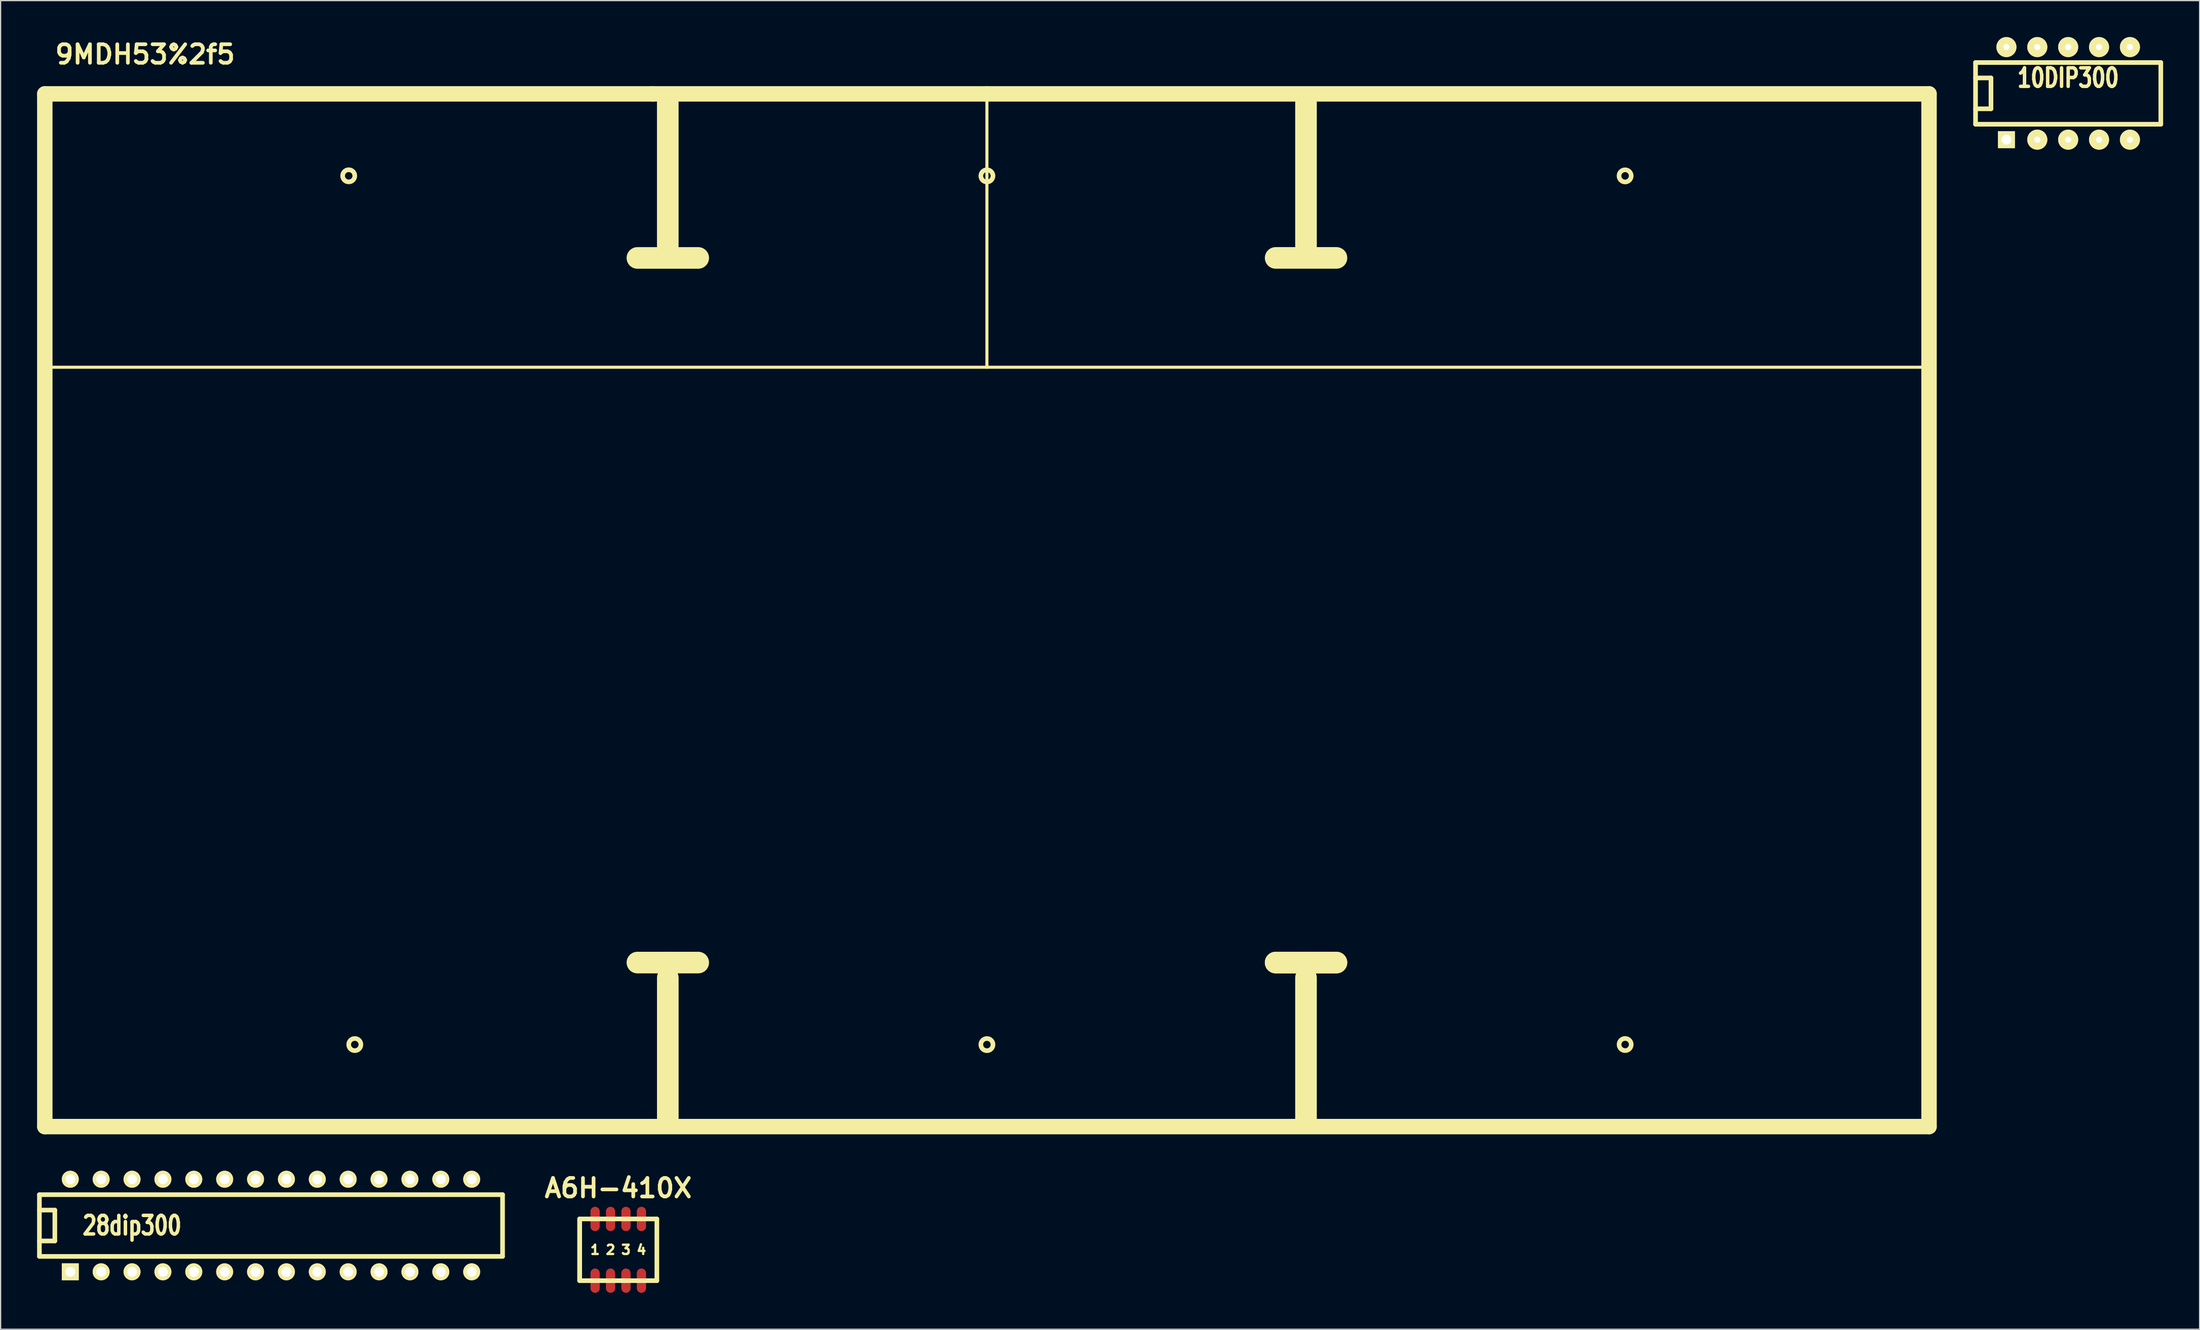
<source format=kicad_pcb>
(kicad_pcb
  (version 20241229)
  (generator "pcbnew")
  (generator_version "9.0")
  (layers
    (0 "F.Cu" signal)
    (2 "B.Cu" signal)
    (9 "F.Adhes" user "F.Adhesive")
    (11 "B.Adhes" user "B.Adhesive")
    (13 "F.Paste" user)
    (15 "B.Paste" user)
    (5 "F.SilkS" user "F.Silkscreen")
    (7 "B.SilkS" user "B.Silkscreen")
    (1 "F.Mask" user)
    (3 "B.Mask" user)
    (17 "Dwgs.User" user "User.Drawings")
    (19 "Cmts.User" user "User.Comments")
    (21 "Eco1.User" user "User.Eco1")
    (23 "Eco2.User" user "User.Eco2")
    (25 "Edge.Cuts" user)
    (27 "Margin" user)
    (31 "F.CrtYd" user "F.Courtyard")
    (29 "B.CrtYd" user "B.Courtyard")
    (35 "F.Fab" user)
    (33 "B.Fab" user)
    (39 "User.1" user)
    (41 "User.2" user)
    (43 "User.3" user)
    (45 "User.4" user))
  (footprint "28dip300"
    (layer "F.Cu")
    (at 19.241 97.82)
    (property "Reference" "28dip300" (at -11.43 0 0) (layer "F.SilkS") (effects (font (size 1.524 1.143) (thickness 0.305))))
    (attr through_hole)
    (fp_line (start -19.05 -2.54) (end 19.05 -2.54) (stroke (width 0.381) (type solid)) (layer "F.SilkS"))
    (fp_line (start -19.05 -1.27) (end -17.78 -1.27) (stroke (width 0.381) (type solid)) (layer "F.SilkS"))
    (fp_line (start -19.05 2.54) (end -19.05 -2.54) (stroke (width 0.381) (type solid)) (layer "F.SilkS"))
    (fp_line (start -17.78 -1.27) (end -17.78 1.27) (stroke (width 0.381) (type solid)) (layer "F.SilkS"))
    (fp_line (start -17.78 1.27) (end -19.05 1.27) (stroke (width 0.381) (type solid)) (layer "F.SilkS"))
    (fp_line (start 19.05 -2.54) (end 19.05 2.54) (stroke (width 0.381) (type solid)) (layer "F.SilkS"))
    (fp_line (start 19.05 2.54) (end -19.05 2.54) (stroke (width 0.381) (type solid)) (layer "F.SilkS"))
    (pad "1" thru_hole rect (at -16.51 3.81) (size 1.397 1.397) (drill 0.813) (layers "*.Cu" "*.Mask" "F.SilkS"))
    (pad "2" thru_hole circle (at -13.97 3.81) (size 1.397 1.397) (drill 0.813) (layers "*.Cu" "*.Mask" "F.SilkS"))
    (pad "3" thru_hole circle (at -11.43 3.81) (size 1.397 1.397) (drill 0.813) (layers "*.Cu" "*.Mask" "F.SilkS"))
    (pad "4" thru_hole circle (at -8.89 3.81) (size 1.397 1.397) (drill 0.813) (layers "*.Cu" "*.Mask" "F.SilkS"))
    (pad "5" thru_hole circle (at -6.35 3.81) (size 1.397 1.397) (drill 0.813) (layers "*.Cu" "*.Mask" "F.SilkS"))
    (pad "6" thru_hole circle (at -3.81 3.81) (size 1.397 1.397) (drill 0.813) (layers "*.Cu" "*.Mask" "F.SilkS"))
    (pad "7" thru_hole circle (at -1.27 3.81) (size 1.397 1.397) (drill 0.813) (layers "*.Cu" "*.Mask" "F.SilkS"))
    (pad "8" thru_hole circle (at 1.27 3.81) (size 1.397 1.397) (drill 0.813) (layers "*.Cu" "*.Mask" "F.SilkS"))
    (pad "9" thru_hole circle (at 3.81 3.81) (size 1.397 1.397) (drill 0.813) (layers "*.Cu" "*.Mask" "F.SilkS"))
    (pad "10" thru_hole circle (at 6.35 3.81) (size 1.397 1.397) (drill 0.813) (layers "*.Cu" "*.Mask" "F.SilkS"))
    (pad "11" thru_hole circle (at 8.89 3.81) (size 1.397 1.397) (drill 0.813) (layers "*.Cu" "*.Mask" "F.SilkS"))
    (pad "12" thru_hole circle (at 11.43 3.81) (size 1.397 1.397) (drill 0.813) (layers "*.Cu" "*.Mask" "F.SilkS"))
    (pad "13" thru_hole circle (at 13.97 3.81) (size 1.397 1.397) (drill 0.813) (layers "*.Cu" "*.Mask" "F.SilkS"))
    (pad "14" thru_hole circle (at 16.51 3.81) (size 1.397 1.397) (drill 0.813) (layers "*.Cu" "*.Mask" "F.SilkS"))
    (pad "15" thru_hole circle (at 16.51 -3.81) (size 1.397 1.397) (drill 0.813) (layers "*.Cu" "*.Mask" "F.SilkS"))
    (pad "16" thru_hole circle (at 13.97 -3.81) (size 1.397 1.397) (drill 0.813) (layers "*.Cu" "*.Mask" "F.SilkS"))
    (pad "17" thru_hole circle (at 11.43 -3.81) (size 1.397 1.397) (drill 0.813) (layers "*.Cu" "*.Mask" "F.SilkS"))
    (pad "18" thru_hole circle (at 8.89 -3.81) (size 1.397 1.397) (drill 0.813) (layers "*.Cu" "*.Mask" "F.SilkS"))
    (pad "19" thru_hole circle (at 6.35 -3.81) (size 1.397 1.397) (drill 0.813) (layers "*.Cu" "*.Mask" "F.SilkS"))
    (pad "20" thru_hole circle (at 3.81 -3.81) (size 1.397 1.397) (drill 0.813) (layers "*.Cu" "*.Mask" "F.SilkS"))
    (pad "21" thru_hole circle (at 1.27 -3.81) (size 1.397 1.397) (drill 0.813) (layers "*.Cu" "*.Mask" "F.SilkS"))
    (pad "22" thru_hole circle (at -1.27 -3.81) (size 1.397 1.397) (drill 0.813) (layers "*.Cu" "*.Mask" "F.SilkS"))
    (pad "23" thru_hole circle (at -3.81 -3.81) (size 1.397 1.397) (drill 0.813) (layers "*.Cu" "*.Mask" "F.SilkS"))
    (pad "24" thru_hole circle (at -6.35 -3.81) (size 1.397 1.397) (drill 0.813) (layers "*.Cu" "*.Mask" "F.SilkS"))
    (pad "25" thru_hole circle (at -8.89 -3.81) (size 1.397 1.397) (drill 0.813) (layers "*.Cu" "*.Mask" "F.SilkS"))
    (pad "26" thru_hole circle (at -11.43 -3.81) (size 1.397 1.397) (drill 0.813) (layers "*.Cu" "*.Mask" "F.SilkS"))
    (pad "27" thru_hole circle (at -13.97 -3.81) (size 1.397 1.397) (drill 0.813) (layers "*.Cu" "*.Mask" "F.SilkS"))
    (pad "28" thru_hole circle (at -16.51 -3.81) (size 1.397 1.397) (drill 0.813) (layers "*.Cu" "*.Mask" "F.SilkS")))
  (footprint "A6H-410X"
    (layer "F.Cu")
    (at 47.809 99.818)
    (property "Reference" "A6H-410X" (at 0 -5.08 0) (layer "F.SilkS") (effects (font (size 1.524 1.524) (thickness 0.305))))
    (attr through_hole)
    (fp_line (start -3.175 -2.54) (end -3.175 2.54) (stroke (width 0.381) (type solid)) (layer "F.SilkS"))
    (fp_line (start -3.175 -2.54) (end 3.175 -2.54) (stroke (width 0.381) (type solid)) (layer "F.SilkS"))
    (fp_line (start -3.175 2.54) (end -3.175 -2.54) (stroke (width 0.381) (type solid)) (layer "F.SilkS"))
    (fp_line (start 3.175 -2.54) (end 3.175 2.54) (stroke (width 0.381) (type solid)) (layer "F.SilkS"))
    (fp_line (start 3.175 2.54) (end -3.175 2.54) (stroke (width 0.381) (type solid)) (layer "F.SilkS"))
    (fp_text user "2" (at -0.635 0 0) (layer "F.SilkS") (effects (font (size 0.762 0.762) (thickness 0.191))))
    (fp_text user "1" (at -1.905 0 0) (layer "F.SilkS") (effects (font (size 0.762 0.762) (thickness 0.191))))
    (fp_text user "3" (at 0.635 0 0) (layer "F.SilkS") (effects (font (size 0.762 0.762) (thickness 0.191))))
    (fp_text user "4" (at 1.905 0 0) (layer "F.SilkS") (effects (font (size 0.762 0.762) (thickness 0.191))))
    (pad "1A" smd oval (at -1.905 2.54) (size 0.76 2) (layers "F.Cu" "F.Mask" "F.Paste"))
    (pad "1B" smd oval (at -1.905 -2.54) (size 0.76 2) (layers "F.Cu" "F.Mask" "F.Paste"))
    (pad "2A" smd oval (at -0.635 2.54) (size 0.76 2) (layers "F.Cu" "F.Mask" "F.Paste"))
    (pad "2B" smd oval (at -0.635 -2.54) (size 0.76 2) (layers "F.Cu" "F.Mask" "F.Paste"))
    (pad "3A" smd oval (at 0.635 2.54) (size 0.76 2) (layers "F.Cu" "F.Mask" "F.Paste"))
    (pad "3B" smd oval (at 0.635 -2.54) (size 0.76 2) (layers "F.Cu" "F.Mask" "F.Paste"))
    (pad "4A" smd oval (at 1.905 2.54) (size 0.76 2) (layers "F.Cu" "F.Mask" "F.Paste"))
    (pad "4B" smd oval (at 1.905 -2.54) (size 0.76 2) (layers "F.Cu" "F.Mask" "F.Paste")))
  (footprint "9MDH53%2f5"
    (layer "F.Cu")
    (at 78.135 47.177)
    (property "Reference" "9MDH53%2f5" (at -69.251 -45.75 0) (layer "F.SilkS") (effects (font (size 1.524 1.524) (thickness 0.305))))
    (attr through_hole)
    (fp_line (start -77.5 -42.499) (end -77.5 42.499) (stroke (width 0.762) (type solid)) (layer "F.SilkS"))
    (fp_line (start -77.5 -42.499) (end -27.501 -42.499) (stroke (width 1.27) (type solid)) (layer "F.SilkS"))
    (fp_line (start -77.5 42.499) (end -77.5 -42.499) (stroke (width 1.27) (type solid)) (layer "F.SilkS"))
    (fp_line (start -77.5 42.499) (end 77.5 42.499) (stroke (width 0.762) (type solid)) (layer "F.SilkS"))
    (fp_line (start -28.75 -28.997) (end -23.749 -28.997) (stroke (width 1.778) (type solid)) (layer "F.SilkS"))
    (fp_line (start -27.501 -42.499) (end 0 -42.499) (stroke (width 1.27) (type solid)) (layer "F.SilkS"))
    (fp_line (start -26.253 -29.997) (end -26.253 -41.747) (stroke (width 1.778) (type solid)) (layer "F.SilkS"))
    (fp_line (start -26.251 28.999) (end -28.75 28.999) (stroke (width 1.778) (type solid)) (layer "F.SilkS"))
    (fp_line (start -26.251 41.999) (end -26.251 30.249) (stroke (width 1.778) (type solid)) (layer "F.SilkS"))
    (fp_line (start -23.749 28.999) (end -26.251 28.999) (stroke (width 1.778) (type solid)) (layer "F.SilkS"))
    (fp_line (start 0 -42.499) (end 77.5 -42.499) (stroke (width 1.27) (type solid)) (layer "F.SilkS"))
    (fp_line (start 0 -20) (end 0 -42.499) (stroke (width 0.254) (type solid)) (layer "F.SilkS"))
    (fp_line (start 23.752 -28.999) (end 28.753 -28.999) (stroke (width 1.778) (type solid)) (layer "F.SilkS"))
    (fp_line (start 23.752 28.999) (end 28.753 28.999) (stroke (width 1.778) (type solid)) (layer "F.SilkS"))
    (fp_line (start 26.248 -30) (end 26.248 -41.75) (stroke (width 1.778) (type solid)) (layer "F.SilkS"))
    (fp_line (start 26.248 28.999) (end 23.749 28.999) (stroke (width 1.778) (type solid)) (layer "F.SilkS"))
    (fp_line (start 26.248 41.999) (end 26.248 30.249) (stroke (width 1.778) (type solid)) (layer "F.SilkS"))
    (fp_line (start 28.75 28.999) (end 26.248 28.999) (stroke (width 1.778) (type solid)) (layer "F.SilkS"))
    (fp_line (start 77.5 -42.499) (end -77.5 -42.499) (stroke (width 0.762) (type solid)) (layer "F.SilkS"))
    (fp_line (start 77.5 -42.499) (end 77.5 42.499) (stroke (width 1.27) (type solid)) (layer "F.SilkS"))
    (fp_line (start 77.5 -20) (end -77.5 -20) (stroke (width 0.254) (type solid)) (layer "F.SilkS"))
    (fp_line (start 77.5 0) (end 77.5 -42.499) (stroke (width 0.762) (type solid)) (layer "F.SilkS"))
    (fp_line (start 77.5 42.499) (end -77.5 42.499) (stroke (width 1.27) (type solid)) (layer "F.SilkS"))
    (fp_line (start 77.5 42.499) (end 77.5 0) (stroke (width 0.762) (type solid)) (layer "F.SilkS"))
    (fp_circle (center -52.499 -35.756) (end -52.499 -36.256) (stroke (width 0.381) (type solid)) (fill no) (layer "F.SilkS"))
    (fp_circle (center -51.999 35.748) (end -51.498 35.748) (stroke (width 0.381) (type solid)) (fill no) (layer "F.SilkS"))
    (fp_circle (center 0 -35.751) (end 0 -36.251) (stroke (width 0.381) (type solid)) (fill no) (layer "F.SilkS"))
    (fp_circle (center 0 35.751) (end 0 35.25) (stroke (width 0.381) (type solid)) (fill no) (layer "F.SilkS"))
    (fp_circle (center 52.499 -35.751) (end 53 -35.751) (stroke (width 0.381) (type solid)) (fill no) (layer "F.SilkS"))
    (fp_circle (center 52.502 35.745) (end 53.002 35.745) (stroke (width 0.381) (type solid)) (fill no) (layer "F.SilkS")))
  (footprint "10DIP300"
    (layer "F.Cu")
    (at 167.081 4.636)
    (property "Reference" "10DIP300" (at 0 -1.27 0) (layer "F.SilkS") (effects (font (size 1.524 1.143) (thickness 0.305))))
    (attr through_hole)
    (fp_line (start -7.62 -2.54) (end -7.62 2.54) (stroke (width 0.381) (type solid)) (layer "F.SilkS"))
    (fp_line (start -7.62 -1.27) (end -6.35 -1.27) (stroke (width 0.381) (type solid)) (layer "F.SilkS"))
    (fp_line (start -7.62 2.54) (end 7.62 2.54) (stroke (width 0.381) (type solid)) (layer "F.SilkS"))
    (fp_line (start -6.35 -1.27) (end -6.35 1.27) (stroke (width 0.381) (type solid)) (layer "F.SilkS"))
    (fp_line (start -6.35 1.27) (end -7.62 1.27) (stroke (width 0.381) (type solid)) (layer "F.SilkS"))
    (fp_line (start 7.62 -2.54) (end -7.62 -2.54) (stroke (width 0.381) (type solid)) (layer "F.SilkS"))
    (fp_line (start 7.62 2.54) (end 7.62 -2.54) (stroke (width 0.381) (type solid)) (layer "F.SilkS"))
    (pad "1" thru_hole rect (at -5.08 3.81) (size 1.397 1.397) (drill 0.813) (layers "*.Cu" "*.Mask" "F.SilkS"))
    (pad "2" thru_hole circle (at -2.54 3.81) (size 1.651 1.651) (drill 0.508) (layers "*.Cu" "*.Mask" "F.SilkS"))
    (pad "3" thru_hole circle (at 0 3.81) (size 1.651 1.651) (drill 0.508) (layers "*.Cu" "*.Mask" "F.SilkS"))
    (pad "4" thru_hole circle (at 2.54 3.81) (size 1.651 1.651) (drill 0.508) (layers "*.Cu" "*.Mask" "F.SilkS"))
    (pad "5" thru_hole circle (at 5.08 3.81) (size 1.651 1.651) (drill 0.508) (layers "*.Cu" "*.Mask" "F.SilkS"))
    (pad "6" thru_hole circle (at 5.08 -3.81) (size 1.651 1.651) (drill 0.508) (layers "*.Cu" "*.Mask" "F.SilkS"))
    (pad "7" thru_hole circle (at 2.54 -3.81) (size 1.651 1.651) (drill 0.508) (layers "*.Cu" "*.Mask" "F.SilkS"))
    (pad "8" thru_hole circle (at 0 -3.81) (size 1.651 1.651) (drill 0.508) (layers "*.Cu" "*.Mask" "F.SilkS"))
    (pad "9" thru_hole circle (at -2.54 -3.81) (size 1.651 1.651) (drill 0.508) (layers "*.Cu" "*.Mask" "F.SilkS"))
    (pad "10" thru_hole circle (at -5.08 -3.81) (size 1.651 1.651) (drill 0.508) (layers "*.Cu" "*.Mask" "F.SilkS")))
  (gr_rect
    (start -3 -3)
    (end 177.892 106.358)
    (stroke (width 0.1) (type default))
    (fill no)
    (layer "Edge.Cuts")))
</source>
